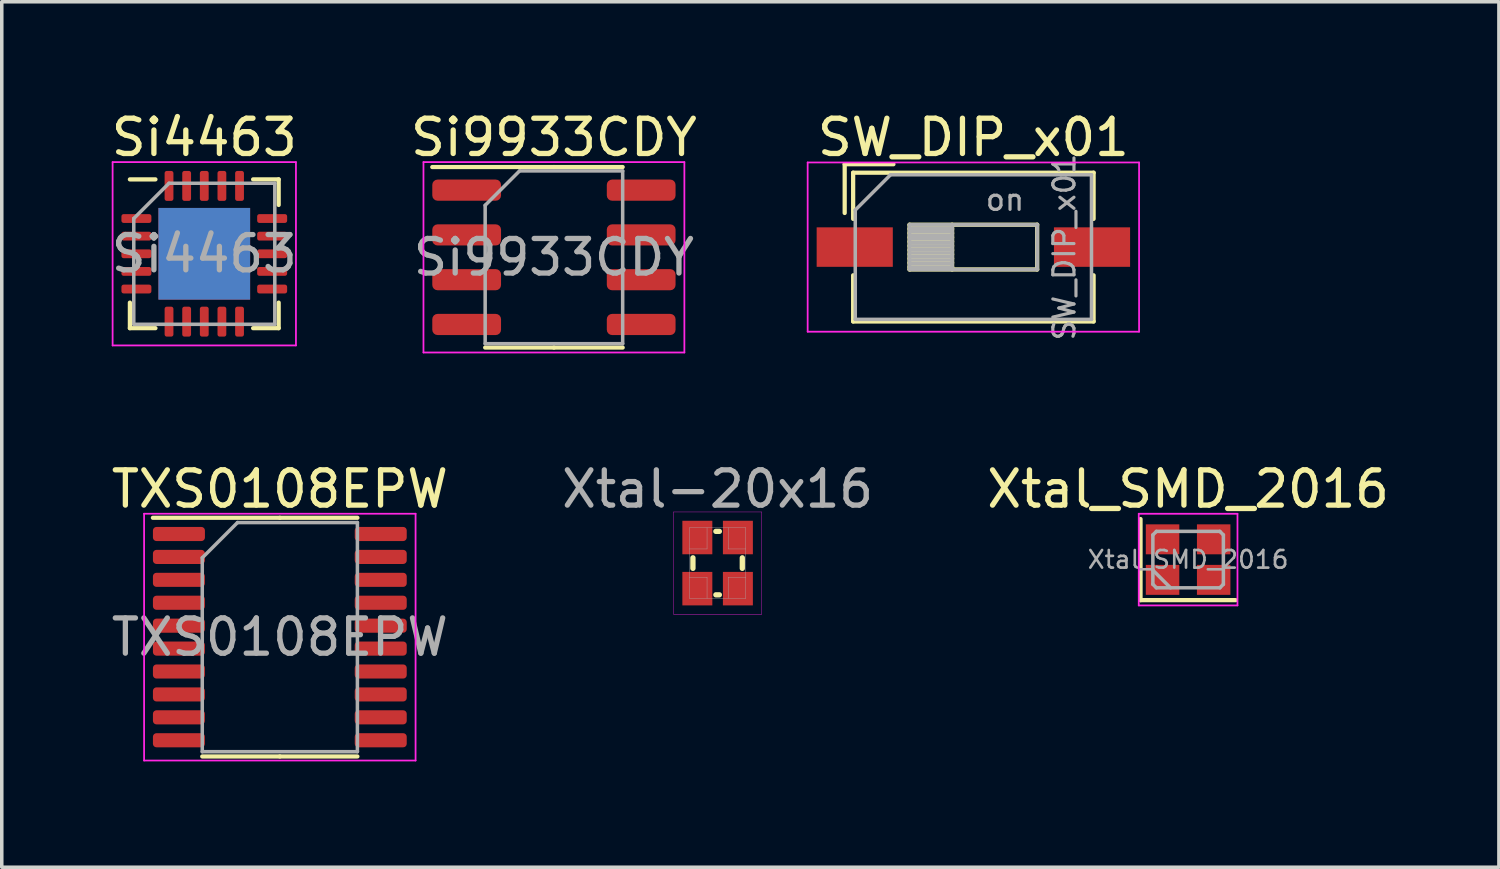
<source format=kicad_pcb>
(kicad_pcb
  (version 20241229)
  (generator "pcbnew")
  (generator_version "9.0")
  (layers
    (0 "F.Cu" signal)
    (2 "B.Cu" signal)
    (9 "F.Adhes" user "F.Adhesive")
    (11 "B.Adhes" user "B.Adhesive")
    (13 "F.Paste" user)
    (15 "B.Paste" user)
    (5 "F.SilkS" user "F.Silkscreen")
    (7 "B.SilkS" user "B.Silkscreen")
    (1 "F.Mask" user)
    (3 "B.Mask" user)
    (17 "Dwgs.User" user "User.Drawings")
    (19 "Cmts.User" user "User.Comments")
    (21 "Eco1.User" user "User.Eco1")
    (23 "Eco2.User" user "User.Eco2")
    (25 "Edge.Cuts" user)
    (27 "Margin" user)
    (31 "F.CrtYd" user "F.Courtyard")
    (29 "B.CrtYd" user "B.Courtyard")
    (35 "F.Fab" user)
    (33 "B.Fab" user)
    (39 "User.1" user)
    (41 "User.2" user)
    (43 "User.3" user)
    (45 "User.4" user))
  (footprint "TXS0108EPW"
    (layer "F.Cu")
    (at 4.887 15.021)
    (property "Reference" "TXS0108EPW" (at 0 -4.2 0) (layer "F.SilkS") (effects (font (size 1 1) (thickness 0.15))))
    (attr smd)
    (fp_line (start 0 -3.385) (end -3.6 -3.385) (stroke (width 0.12) (type solid)) (layer "F.SilkS"))
    (fp_line (start 0 -3.385) (end 2.2 -3.385) (stroke (width 0.12) (type solid)) (layer "F.SilkS"))
    (fp_line (start 0 3.385) (end -2.2 3.385) (stroke (width 0.12) (type solid)) (layer "F.SilkS"))
    (fp_line (start 0 3.385) (end 2.2 3.385) (stroke (width 0.12) (type solid)) (layer "F.SilkS"))
    (fp_line (start -3.85 -3.5) (end -3.85 3.5) (stroke (width 0.05) (type solid)) (layer "F.CrtYd"))
    (fp_line (start -3.85 3.5) (end 3.85 3.5) (stroke (width 0.05) (type solid)) (layer "F.CrtYd"))
    (fp_line (start 3.85 -3.5) (end -3.85 -3.5) (stroke (width 0.05) (type solid)) (layer "F.CrtYd"))
    (fp_line (start 3.85 3.5) (end 3.85 -3.5) (stroke (width 0.05) (type solid)) (layer "F.CrtYd"))
    (fp_line (start -2.2 -2.25) (end -1.2 -3.25) (stroke (width 0.1) (type solid)) (layer "F.Fab"))
    (fp_line (start -2.2 3.25) (end -2.2 -2.25) (stroke (width 0.1) (type solid)) (layer "F.Fab"))
    (fp_line (start -1.2 -3.25) (end 2.2 -3.25) (stroke (width 0.1) (type solid)) (layer "F.Fab"))
    (fp_line (start 2.2 -3.25) (end 2.2 3.25) (stroke (width 0.1) (type solid)) (layer "F.Fab"))
    (fp_line (start 2.2 3.25) (end -2.2 3.25) (stroke (width 0.1) (type solid)) (layer "F.Fab"))
    (fp_text user "${REFERENCE}" (at 0 0 0) (layer "F.Fab") (effects (font (size 1 1) (thickness 0.15))))
    (pad "1" smd roundrect (at -2.862 -2.925) (size 1.475 0.4) (layers "F.Cu" "F.Mask" "F.Paste") (roundrect_rratio 0.25))
    (pad "2" smd roundrect (at -2.862 -2.275) (size 1.475 0.4) (layers "F.Cu" "F.Mask" "F.Paste") (roundrect_rratio 0.25))
    (pad "3" smd roundrect (at -2.862 -1.625) (size 1.475 0.4) (layers "F.Cu" "F.Mask" "F.Paste") (roundrect_rratio 0.25))
    (pad "4" smd roundrect (at -2.862 -0.975) (size 1.475 0.4) (layers "F.Cu" "F.Mask" "F.Paste") (roundrect_rratio 0.25))
    (pad "5" smd roundrect (at -2.862 -0.325) (size 1.475 0.4) (layers "F.Cu" "F.Mask" "F.Paste") (roundrect_rratio 0.25))
    (pad "6" smd roundrect (at -2.862 0.325) (size 1.475 0.4) (layers "F.Cu" "F.Mask" "F.Paste") (roundrect_rratio 0.25))
    (pad "7" smd roundrect (at -2.862 0.975) (size 1.475 0.4) (layers "F.Cu" "F.Mask" "F.Paste") (roundrect_rratio 0.25))
    (pad "8" smd roundrect (at -2.862 1.625) (size 1.475 0.4) (layers "F.Cu" "F.Mask" "F.Paste") (roundrect_rratio 0.25))
    (pad "9" smd roundrect (at -2.862 2.275) (size 1.475 0.4) (layers "F.Cu" "F.Mask" "F.Paste") (roundrect_rratio 0.25))
    (pad "10" smd roundrect (at -2.862 2.925) (size 1.475 0.4) (layers "F.Cu" "F.Mask" "F.Paste") (roundrect_rratio 0.25))
    (pad "11" smd roundrect (at 2.862 2.925) (size 1.475 0.4) (layers "F.Cu" "F.Mask" "F.Paste") (roundrect_rratio 0.25))
    (pad "12" smd roundrect (at 2.862 2.275) (size 1.475 0.4) (layers "F.Cu" "F.Mask" "F.Paste") (roundrect_rratio 0.25))
    (pad "13" smd roundrect (at 2.862 1.625) (size 1.475 0.4) (layers "F.Cu" "F.Mask" "F.Paste") (roundrect_rratio 0.25))
    (pad "14" smd roundrect (at 2.862 0.975) (size 1.475 0.4) (layers "F.Cu" "F.Mask" "F.Paste") (roundrect_rratio 0.25))
    (pad "15" smd roundrect (at 2.862 0.325) (size 1.475 0.4) (layers "F.Cu" "F.Mask" "F.Paste") (roundrect_rratio 0.25))
    (pad "16" smd roundrect (at 2.862 -0.325) (size 1.475 0.4) (layers "F.Cu" "F.Mask" "F.Paste") (roundrect_rratio 0.25))
    (pad "17" smd roundrect (at 2.862 -0.975) (size 1.475 0.4) (layers "F.Cu" "F.Mask" "F.Paste") (roundrect_rratio 0.25))
    (pad "18" smd roundrect (at 2.862 -1.625) (size 1.475 0.4) (layers "F.Cu" "F.Mask" "F.Paste") (roundrect_rratio 0.25))
    (pad "19" smd roundrect (at 2.862 -2.275) (size 1.475 0.4) (layers "F.Cu" "F.Mask" "F.Paste") (roundrect_rratio 0.25))
    (pad "20" smd roundrect (at 2.862 -2.925) (size 1.475 0.4) (layers "F.Cu" "F.Mask" "F.Paste") (roundrect_rratio 0.25)))
  (footprint "Si9933CDY"
    (layer "F.Cu")
    (at 12.661 4.248)
    (property "Reference" "Si9933CDY" (at 0 -3.4 0) (layer "F.SilkS") (effects (font (size 1 1) (thickness 0.15))))
    (attr smd)
    (fp_line (start 0 -2.56) (end -3.45 -2.56) (stroke (width 0.12) (type solid)) (layer "F.SilkS"))
    (fp_line (start 0 -2.56) (end 1.95 -2.56) (stroke (width 0.12) (type solid)) (layer "F.SilkS"))
    (fp_line (start 0 2.56) (end -1.95 2.56) (stroke (width 0.12) (type solid)) (layer "F.SilkS"))
    (fp_line (start 0 2.56) (end 1.95 2.56) (stroke (width 0.12) (type solid)) (layer "F.SilkS"))
    (fp_line (start -3.7 -2.7) (end -3.7 2.7) (stroke (width 0.05) (type solid)) (layer "F.CrtYd"))
    (fp_line (start -3.7 2.7) (end 3.7 2.7) (stroke (width 0.05) (type solid)) (layer "F.CrtYd"))
    (fp_line (start 3.7 -2.7) (end -3.7 -2.7) (stroke (width 0.05) (type solid)) (layer "F.CrtYd"))
    (fp_line (start 3.7 2.7) (end 3.7 -2.7) (stroke (width 0.05) (type solid)) (layer "F.CrtYd"))
    (fp_line (start -1.95 -1.475) (end -0.975 -2.45) (stroke (width 0.1) (type solid)) (layer "F.Fab"))
    (fp_line (start -1.95 2.45) (end -1.95 -1.475) (stroke (width 0.1) (type solid)) (layer "F.Fab"))
    (fp_line (start -0.975 -2.45) (end 1.95 -2.45) (stroke (width 0.1) (type solid)) (layer "F.Fab"))
    (fp_line (start 1.95 -2.45) (end 1.95 2.45) (stroke (width 0.1) (type solid)) (layer "F.Fab"))
    (fp_line (start 1.95 2.45) (end -1.95 2.45) (stroke (width 0.1) (type solid)) (layer "F.Fab"))
    (fp_text user "${REFERENCE}" (at 0 0 0) (layer "F.Fab") (effects (font (size 0.98 0.98) (thickness 0.15))))
    (pad "1" smd roundrect (at -2.475 -1.905) (size 1.95 0.6) (layers "F.Cu" "F.Mask" "F.Paste") (roundrect_rratio 0.25))
    (pad "2" smd roundrect (at -2.475 -0.635) (size 1.95 0.6) (layers "F.Cu" "F.Mask" "F.Paste") (roundrect_rratio 0.25))
    (pad "3" smd roundrect (at -2.475 0.635) (size 1.95 0.6) (layers "F.Cu" "F.Mask" "F.Paste") (roundrect_rratio 0.25))
    (pad "4" smd roundrect (at -2.475 1.905) (size 1.95 0.6) (layers "F.Cu" "F.Mask" "F.Paste") (roundrect_rratio 0.25))
    (pad "5" smd roundrect (at 2.475 1.905) (size 1.95 0.6) (layers "F.Cu" "F.Mask" "F.Paste") (roundrect_rratio 0.25))
    (pad "6" smd roundrect (at 2.475 0.635) (size 1.95 0.6) (layers "F.Cu" "F.Mask" "F.Paste") (roundrect_rratio 0.25))
    (pad "7" smd roundrect (at 2.475 -0.635) (size 1.95 0.6) (layers "F.Cu" "F.Mask" "F.Paste") (roundrect_rratio 0.25))
    (pad "8" smd roundrect (at 2.475 -1.905) (size 1.95 0.6) (layers "F.Cu" "F.Mask" "F.Paste") (roundrect_rratio 0.25)))
  (footprint "SW_DIP_x01"
    (layer "F.Cu")
    (at 24.558 3.958)
    (property "Reference" "SW_DIP_x01" (at 0 -3.11 0) (layer "F.SilkS") (effects (font (size 1 1) (thickness 0.15))))
    (attr smd)
    (fp_line (start -3.65 -2.35) (end -3.65 -0.967) (stroke (width 0.12) (type solid)) (layer "F.SilkS"))
    (fp_line (start -3.65 -2.35) (end -2.267 -2.35) (stroke (width 0.12) (type solid)) (layer "F.SilkS"))
    (fp_line (start -3.41 -2.11) (end -3.41 -0.8) (stroke (width 0.12) (type solid)) (layer "F.SilkS"))
    (fp_line (start -3.41 -2.11) (end 3.41 -2.11) (stroke (width 0.12) (type solid)) (layer "F.SilkS"))
    (fp_line (start -3.41 0.8) (end -3.41 2.11) (stroke (width 0.12) (type solid)) (layer "F.SilkS"))
    (fp_line (start -3.41 2.11) (end 3.41 2.11) (stroke (width 0.12) (type solid)) (layer "F.SilkS"))
    (fp_line (start -1.81 -0.635) (end -1.81 0.635) (stroke (width 0.12) (type solid)) (layer "F.SilkS"))
    (fp_line (start -1.81 -0.515) (end -0.603 -0.515) (stroke (width 0.12) (type solid)) (layer "F.SilkS"))
    (fp_line (start -1.81 -0.395) (end -0.603 -0.395) (stroke (width 0.12) (type solid)) (layer "F.SilkS"))
    (fp_line (start -1.81 -0.275) (end -0.603 -0.275) (stroke (width 0.12) (type solid)) (layer "F.SilkS"))
    (fp_line (start -1.81 -0.155) (end -0.603 -0.155) (stroke (width 0.12) (type solid)) (layer "F.SilkS"))
    (fp_line (start -1.81 -0.035) (end -0.603 -0.035) (stroke (width 0.12) (type solid)) (layer "F.SilkS"))
    (fp_line (start -1.81 0.085) (end -0.603 0.085) (stroke (width 0.12) (type solid)) (layer "F.SilkS"))
    (fp_line (start -1.81 0.205) (end -0.603 0.205) (stroke (width 0.12) (type solid)) (layer "F.SilkS"))
    (fp_line (start -1.81 0.325) (end -0.603 0.325) (stroke (width 0.12) (type solid)) (layer "F.SilkS"))
    (fp_line (start -1.81 0.445) (end -0.603 0.445) (stroke (width 0.12) (type solid)) (layer "F.SilkS"))
    (fp_line (start -1.81 0.565) (end -0.603 0.565) (stroke (width 0.12) (type solid)) (layer "F.SilkS"))
    (fp_line (start -1.81 0.635) (end 1.81 0.635) (stroke (width 0.12) (type solid)) (layer "F.SilkS"))
    (fp_line (start -0.603 -0.635) (end -0.603 0.635) (stroke (width 0.12) (type solid)) (layer "F.SilkS"))
    (fp_line (start 1.81 -0.635) (end -1.81 -0.635) (stroke (width 0.12) (type solid)) (layer "F.SilkS"))
    (fp_line (start 1.81 0.635) (end 1.81 -0.635) (stroke (width 0.12) (type solid)) (layer "F.SilkS"))
    (fp_line (start 3.41 -2.11) (end 3.41 -0.8) (stroke (width 0.12) (type solid)) (layer "F.SilkS"))
    (fp_line (start 3.41 0.8) (end 3.41 2.11) (stroke (width 0.12) (type solid)) (layer "F.SilkS"))
    (fp_line (start -4.7 -2.4) (end -4.7 2.4) (stroke (width 0.05) (type solid)) (layer "F.CrtYd"))
    (fp_line (start -4.7 2.4) (end 4.7 2.4) (stroke (width 0.05) (type solid)) (layer "F.CrtYd"))
    (fp_line (start 4.7 -2.4) (end -4.7 -2.4) (stroke (width 0.05) (type solid)) (layer "F.CrtYd"))
    (fp_line (start 4.7 2.4) (end 4.7 -2.4) (stroke (width 0.05) (type solid)) (layer "F.CrtYd"))
    (fp_line (start -3.35 -1.05) (end -2.35 -2.05) (stroke (width 0.1) (type solid)) (layer "F.Fab"))
    (fp_line (start -3.35 2.05) (end -3.35 -1.05) (stroke (width 0.1) (type solid)) (layer "F.Fab"))
    (fp_line (start -2.35 -2.05) (end 3.35 -2.05) (stroke (width 0.1) (type solid)) (layer "F.Fab"))
    (fp_line (start -1.81 -0.635) (end -1.81 0.635) (stroke (width 0.1) (type solid)) (layer "F.Fab"))
    (fp_line (start -1.81 -0.535) (end -0.603 -0.535) (stroke (width 0.1) (type solid)) (layer "F.Fab"))
    (fp_line (start -1.81 -0.435) (end -0.603 -0.435) (stroke (width 0.1) (type solid)) (layer "F.Fab"))
    (fp_line (start -1.81 -0.335) (end -0.603 -0.335) (stroke (width 0.1) (type solid)) (layer "F.Fab"))
    (fp_line (start -1.81 -0.235) (end -0.603 -0.235) (stroke (width 0.1) (type solid)) (layer "F.Fab"))
    (fp_line (start -1.81 -0.135) (end -0.603 -0.135) (stroke (width 0.1) (type solid)) (layer "F.Fab"))
    (fp_line (start -1.81 -0.035) (end -0.603 -0.035) (stroke (width 0.1) (type solid)) (layer "F.Fab"))
    (fp_line (start -1.81 0.065) (end -0.603 0.065) (stroke (width 0.1) (type solid)) (layer "F.Fab"))
    (fp_line (start -1.81 0.165) (end -0.603 0.165) (stroke (width 0.1) (type solid)) (layer "F.Fab"))
    (fp_line (start -1.81 0.265) (end -0.603 0.265) (stroke (width 0.1) (type solid)) (layer "F.Fab"))
    (fp_line (start -1.81 0.365) (end -0.603 0.365) (stroke (width 0.1) (type solid)) (layer "F.Fab"))
    (fp_line (start -1.81 0.465) (end -0.603 0.465) (stroke (width 0.1) (type solid)) (layer "F.Fab"))
    (fp_line (start -1.81 0.565) (end -0.603 0.565) (stroke (width 0.1) (type solid)) (layer "F.Fab"))
    (fp_line (start -1.81 0.635) (end 1.81 0.635) (stroke (width 0.1) (type solid)) (layer "F.Fab"))
    (fp_line (start -0.603 -0.635) (end -0.603 0.635) (stroke (width 0.1) (type solid)) (layer "F.Fab"))
    (fp_line (start 1.81 -0.635) (end -1.81 -0.635) (stroke (width 0.1) (type solid)) (layer "F.Fab"))
    (fp_line (start 1.81 0.635) (end 1.81 -0.635) (stroke (width 0.1) (type solid)) (layer "F.Fab"))
    (fp_line (start 3.35 -2.05) (end 3.35 2.05) (stroke (width 0.1) (type solid)) (layer "F.Fab"))
    (fp_line (start 3.35 2.05) (end -3.35 2.05) (stroke (width 0.1) (type solid)) (layer "F.Fab"))
    (fp_text user "on" (at 0.897 -1.343 0) (layer "F.Fab") (effects (font (size 0.6 0.6) (thickness 0.09))))
    (fp_text user "${REFERENCE}" (at 2.58 0 90) (layer "F.Fab") (effects (font (size 0.6 0.6) (thickness 0.09))))
    (pad "1" smd rect (at -3.365 0) (size 2.16 1.12) (layers "F.Cu" "F.Mask" "F.Paste"))
    (pad "2" smd rect (at 3.365 0) (size 2.16 1.12) (layers "F.Cu" "F.Mask" "F.Paste")))
  (footprint "Si4463"
    (layer "F.Cu")
    (at 2.744 4.148)
    (property "Reference" "Si4463" (at 0 -3.3 0) (layer "F.SilkS") (effects (font (size 1 1) (thickness 0.15))))
    (attr smd)
    (fp_line (start -2.11 2.11) (end -2.11 1.385) (stroke (width 0.12) (type solid)) (layer "F.SilkS"))
    (fp_line (start -1.385 -2.11) (end -2.11 -2.11) (stroke (width 0.12) (type solid)) (layer "F.SilkS"))
    (fp_line (start -1.385 2.11) (end -2.11 2.11) (stroke (width 0.12) (type solid)) (layer "F.SilkS"))
    (fp_line (start 1.385 -2.11) (end 2.11 -2.11) (stroke (width 0.12) (type solid)) (layer "F.SilkS"))
    (fp_line (start 1.385 2.11) (end 2.11 2.11) (stroke (width 0.12) (type solid)) (layer "F.SilkS"))
    (fp_line (start 2.11 -2.11) (end 2.11 -1.385) (stroke (width 0.12) (type solid)) (layer "F.SilkS"))
    (fp_line (start 2.11 2.11) (end 2.11 1.385) (stroke (width 0.12) (type solid)) (layer "F.SilkS"))
    (fp_line (start -2.6 -2.6) (end -2.6 2.6) (stroke (width 0.05) (type solid)) (layer "F.CrtYd"))
    (fp_line (start -2.6 2.6) (end 2.6 2.6) (stroke (width 0.05) (type solid)) (layer "F.CrtYd"))
    (fp_line (start 2.6 -2.6) (end -2.6 -2.6) (stroke (width 0.05) (type solid)) (layer "F.CrtYd"))
    (fp_line (start 2.6 2.6) (end 2.6 -2.6) (stroke (width 0.05) (type solid)) (layer "F.CrtYd"))
    (fp_line (start -2 -1) (end -1 -2) (stroke (width 0.1) (type solid)) (layer "F.Fab"))
    (fp_line (start -2 2) (end -2 -1) (stroke (width 0.1) (type solid)) (layer "F.Fab"))
    (fp_line (start -1 -2) (end 2 -2) (stroke (width 0.1) (type solid)) (layer "F.Fab"))
    (fp_line (start 2 -2) (end 2 2) (stroke (width 0.1) (type solid)) (layer "F.Fab"))
    (fp_line (start 2 2) (end -2 2) (stroke (width 0.1) (type solid)) (layer "F.Fab"))
    (fp_text user "${REFERENCE}" (at 0 0 0) (layer "F.Fab") (effects (font (size 1 1) (thickness 0.15))))
    (pad "" smd roundrect (at -0.65 -0.65) (size 1.13 1.13) (layers "F.Paste") (roundrect_rratio 0.221))
    (pad "" smd roundrect (at -0.65 0.65) (size 1.13 1.13) (layers "F.Paste") (roundrect_rratio 0.221))
    (pad "" smd roundrect (at 0.65 -0.65) (size 1.13 1.13) (layers "F.Paste") (roundrect_rratio 0.221))
    (pad "" smd roundrect (at 0.65 0.65) (size 1.13 1.13) (layers "F.Paste") (roundrect_rratio 0.221))
    (pad "1" smd roundrect (at -1.925 -1) (size 0.85 0.25) (layers "F.Cu" "F.Mask" "F.Paste") (roundrect_rratio 0.25))
    (pad "2" smd roundrect (at -1.925 -0.5) (size 0.85 0.25) (layers "F.Cu" "F.Mask" "F.Paste") (roundrect_rratio 0.25))
    (pad "3" smd roundrect (at -1.925 0) (size 0.85 0.25) (layers "F.Cu" "F.Mask" "F.Paste") (roundrect_rratio 0.25))
    (pad "4" smd roundrect (at -1.925 0.5) (size 0.85 0.25) (layers "F.Cu" "F.Mask" "F.Paste") (roundrect_rratio 0.25))
    (pad "5" smd roundrect (at -1.925 1) (size 0.85 0.25) (layers "F.Cu" "F.Mask" "F.Paste") (roundrect_rratio 0.25))
    (pad "6" smd roundrect (at -1 1.925) (size 0.25 0.85) (layers "F.Cu" "F.Mask" "F.Paste") (roundrect_rratio 0.25))
    (pad "7" smd roundrect (at -0.5 1.925) (size 0.25 0.85) (layers "F.Cu" "F.Mask" "F.Paste") (roundrect_rratio 0.25))
    (pad "8" smd roundrect (at 0 1.925) (size 0.25 0.85) (layers "F.Cu" "F.Mask" "F.Paste") (roundrect_rratio 0.25))
    (pad "9" smd roundrect (at 0.5 1.925) (size 0.25 0.85) (layers "F.Cu" "F.Mask" "F.Paste") (roundrect_rratio 0.25))
    (pad "10" smd roundrect (at 1 1.925) (size 0.25 0.85) (layers "F.Cu" "F.Mask" "F.Paste") (roundrect_rratio 0.25))
    (pad "11" smd roundrect (at 1.925 1) (size 0.85 0.25) (layers "F.Cu" "F.Mask" "F.Paste") (roundrect_rratio 0.25))
    (pad "12" smd roundrect (at 1.925 0.5) (size 0.85 0.25) (layers "F.Cu" "F.Mask" "F.Paste") (roundrect_rratio 0.25))
    (pad "13" smd roundrect (at 1.925 0) (size 0.85 0.25) (layers "F.Cu" "F.Mask" "F.Paste") (roundrect_rratio 0.25))
    (pad "14" smd roundrect (at 1.925 -0.5) (size 0.85 0.25) (layers "F.Cu" "F.Mask" "F.Paste") (roundrect_rratio 0.25))
    (pad "15" smd roundrect (at 1.925 -1) (size 0.85 0.25) (layers "F.Cu" "F.Mask" "F.Paste") (roundrect_rratio 0.25))
    (pad "16" smd roundrect (at 1 -1.925) (size 0.25 0.85) (layers "F.Cu" "F.Mask" "F.Paste") (roundrect_rratio 0.25))
    (pad "17" smd roundrect (at 0.5 -1.925) (size 0.25 0.85) (layers "F.Cu" "F.Mask" "F.Paste") (roundrect_rratio 0.25))
    (pad "18" smd roundrect (at 0 -1.925) (size 0.25 0.85) (layers "F.Cu" "F.Mask" "F.Paste") (roundrect_rratio 0.25))
    (pad "19" smd roundrect (at -0.5 -1.925) (size 0.25 0.85) (layers "F.Cu" "F.Mask" "F.Paste") (roundrect_rratio 0.25))
    (pad "20" smd roundrect (at -1 -1.925) (size 0.25 0.85) (layers "F.Cu" "F.Mask" "F.Paste") (roundrect_rratio 0.25))
    (pad "21" smd rect (at 0 0) (size 2.6 2.6) (layers "F.Cu" "F.Mask"))
    (pad "21" smd rect (at 0 0) (size 2.6 2.6) (layers "B.Cu")))
  (footprint "Xtal-20x16"
    (layer "F.Cu")
    (at 17.304 12.921)
    (property "Reference" "Xtal-20x16" (at 0 -2.1 0) (layer "F.Fab") (effects (font (size 1 1) (thickness 0.15))))
    (attr through_hole)
    (fp_line (start -0.7 -0.15) (end -0.7 0.15) (stroke (width 0.15) (type solid)) (layer "F.SilkS"))
    (fp_line (start -0.05 -0.9) (end 0.05 -0.9) (stroke (width 0.15) (type solid)) (layer "F.SilkS"))
    (fp_line (start -0.05 0.9) (end 0.05 0.9) (stroke (width 0.15) (type solid)) (layer "F.SilkS"))
    (fp_line (start 0.7 -0.15) (end 0.7 0.15) (stroke (width 0.15) (type solid)) (layer "F.SilkS"))
    (fp_line (start -1.25 -1.45) (end 1.25 -1.45) (stroke (width 0.01) (type solid)) (layer "F.CrtYd"))
    (fp_line (start -1.25 1.45) (end -1.25 -1.45) (stroke (width 0.01) (type solid)) (layer "F.CrtYd"))
    (fp_line (start 1.25 -1.45) (end 1.25 1.45) (stroke (width 0.01) (type solid)) (layer "F.CrtYd"))
    (fp_line (start 1.25 1.45) (end -1.25 1.45) (stroke (width 0.01) (type solid)) (layer "F.CrtYd"))
    (fp_line (start -0.8 -1) (end 0.8 -1) (stroke (width 0.01) (type solid)) (layer "F.Fab"))
    (fp_line (start -0.8 -0.4) (end -0.3 -0.4) (stroke (width 0.01) (type solid)) (layer "F.Fab"))
    (fp_line (start -0.8 0.4) (end -0.3 0.4) (stroke (width 0.01) (type solid)) (layer "F.Fab"))
    (fp_line (start -0.8 1) (end -0.8 -1) (stroke (width 0.01) (type solid)) (layer "F.Fab"))
    (fp_line (start -0.3 -0.4) (end -0.3 -1) (stroke (width 0.01) (type solid)) (layer "F.Fab"))
    (fp_line (start -0.3 1) (end -0.3 0.4) (stroke (width 0.01) (type solid)) (layer "F.Fab"))
    (fp_line (start 0.3 -1) (end 0.3 -0.4) (stroke (width 0.01) (type solid)) (layer "F.Fab"))
    (fp_line (start 0.3 -0.4) (end 0.8 -0.4) (stroke (width 0.01) (type solid)) (layer "F.Fab"))
    (fp_line (start 0.3 0.4) (end 0.3 1) (stroke (width 0.01) (type solid)) (layer "F.Fab"))
    (fp_line (start 0.8 -1) (end 0.8 1) (stroke (width 0.01) (type solid)) (layer "F.Fab"))
    (fp_line (start 0.8 0.4) (end 0.3 0.4) (stroke (width 0.01) (type solid)) (layer "F.Fab"))
    (fp_line (start 0.8 1) (end -0.8 1) (stroke (width 0.01) (type solid)) (layer "F.Fab"))
    (pad "1" smd rect (at -0.575 -0.725 270) (size 0.95 0.85) (layers "F.Cu" "F.Mask" "F.Paste"))
    (pad "2" smd rect (at -0.575 0.725 270) (size 0.95 0.85) (layers "F.Cu" "F.Mask" "F.Paste"))
    (pad "3" smd rect (at 0.575 0.725 270) (size 0.95 0.85) (layers "F.Cu" "F.Mask" "F.Paste"))
    (pad "4" smd rect (at 0.575 -0.725 270) (size 0.95 0.85) (layers "F.Cu" "F.Mask" "F.Paste")))
  (footprint "Xtal_SMD_2016"
    (layer "F.Cu")
    (at 30.649 12.822)
    (property "Reference" "Xtal_SMD_2016" (at 0 -2 0) (layer "F.SilkS") (effects (font (size 1 1) (thickness 0.15))))
    (attr smd)
    (fp_line (start -1.35 -1.15) (end -1.35 1.15) (stroke (width 0.12) (type solid)) (layer "F.SilkS"))
    (fp_line (start -1.35 1.15) (end 1.35 1.15) (stroke (width 0.12) (type solid)) (layer "F.SilkS"))
    (fp_line (start -1.4 -1.3) (end -1.4 1.3) (stroke (width 0.05) (type solid)) (layer "F.CrtYd"))
    (fp_line (start -1.4 1.3) (end 1.4 1.3) (stroke (width 0.05) (type solid)) (layer "F.CrtYd"))
    (fp_line (start 1.4 -1.3) (end -1.4 -1.3) (stroke (width 0.05) (type solid)) (layer "F.CrtYd"))
    (fp_line (start 1.4 1.3) (end 1.4 -1.3) (stroke (width 0.05) (type solid)) (layer "F.CrtYd"))
    (fp_line (start -1 -0.7) (end -0.9 -0.8) (stroke (width 0.1) (type solid)) (layer "F.Fab"))
    (fp_line (start -1 0.3) (end -0.5 0.8) (stroke (width 0.1) (type solid)) (layer "F.Fab"))
    (fp_line (start -1 0.7) (end -1 -0.7) (stroke (width 0.1) (type solid)) (layer "F.Fab"))
    (fp_line (start -0.9 -0.8) (end 0.9 -0.8) (stroke (width 0.1) (type solid)) (layer "F.Fab"))
    (fp_line (start -0.9 0.8) (end -1 0.7) (stroke (width 0.1) (type solid)) (layer "F.Fab"))
    (fp_line (start 0.9 -0.8) (end 1 -0.7) (stroke (width 0.1) (type solid)) (layer "F.Fab"))
    (fp_line (start 0.9 0.8) (end -0.9 0.8) (stroke (width 0.1) (type solid)) (layer "F.Fab"))
    (fp_line (start 1 -0.7) (end 1 0.7) (stroke (width 0.1) (type solid)) (layer "F.Fab"))
    (fp_line (start 1 0.7) (end 0.9 0.8) (stroke (width 0.1) (type solid)) (layer "F.Fab"))
    (fp_text user "${REFERENCE}" (at 0 0 0) (layer "F.Fab") (effects (font (size 0.5 0.5) (thickness 0.075))))
    (pad "1" smd rect (at -0.725 0.575) (size 0.95 0.85) (layers "F.Cu" "F.Mask" "F.Paste"))
    (pad "2" smd rect (at 0.725 0.575) (size 0.95 0.85) (layers "F.Cu" "F.Mask" "F.Paste"))
    (pad "3" smd rect (at 0.725 -0.575) (size 0.95 0.85) (layers "F.Cu" "F.Mask" "F.Paste"))
    (pad "4" smd rect (at -0.725 -0.575) (size 0.95 0.85) (layers "F.Cu" "F.Mask" "F.Paste")))
  (gr_rect
    (start -3 -3)
    (end 39.464 21.547)
    (stroke (width 0.1) (type default))
    (fill no)
    (layer "Edge.Cuts")))
</source>
